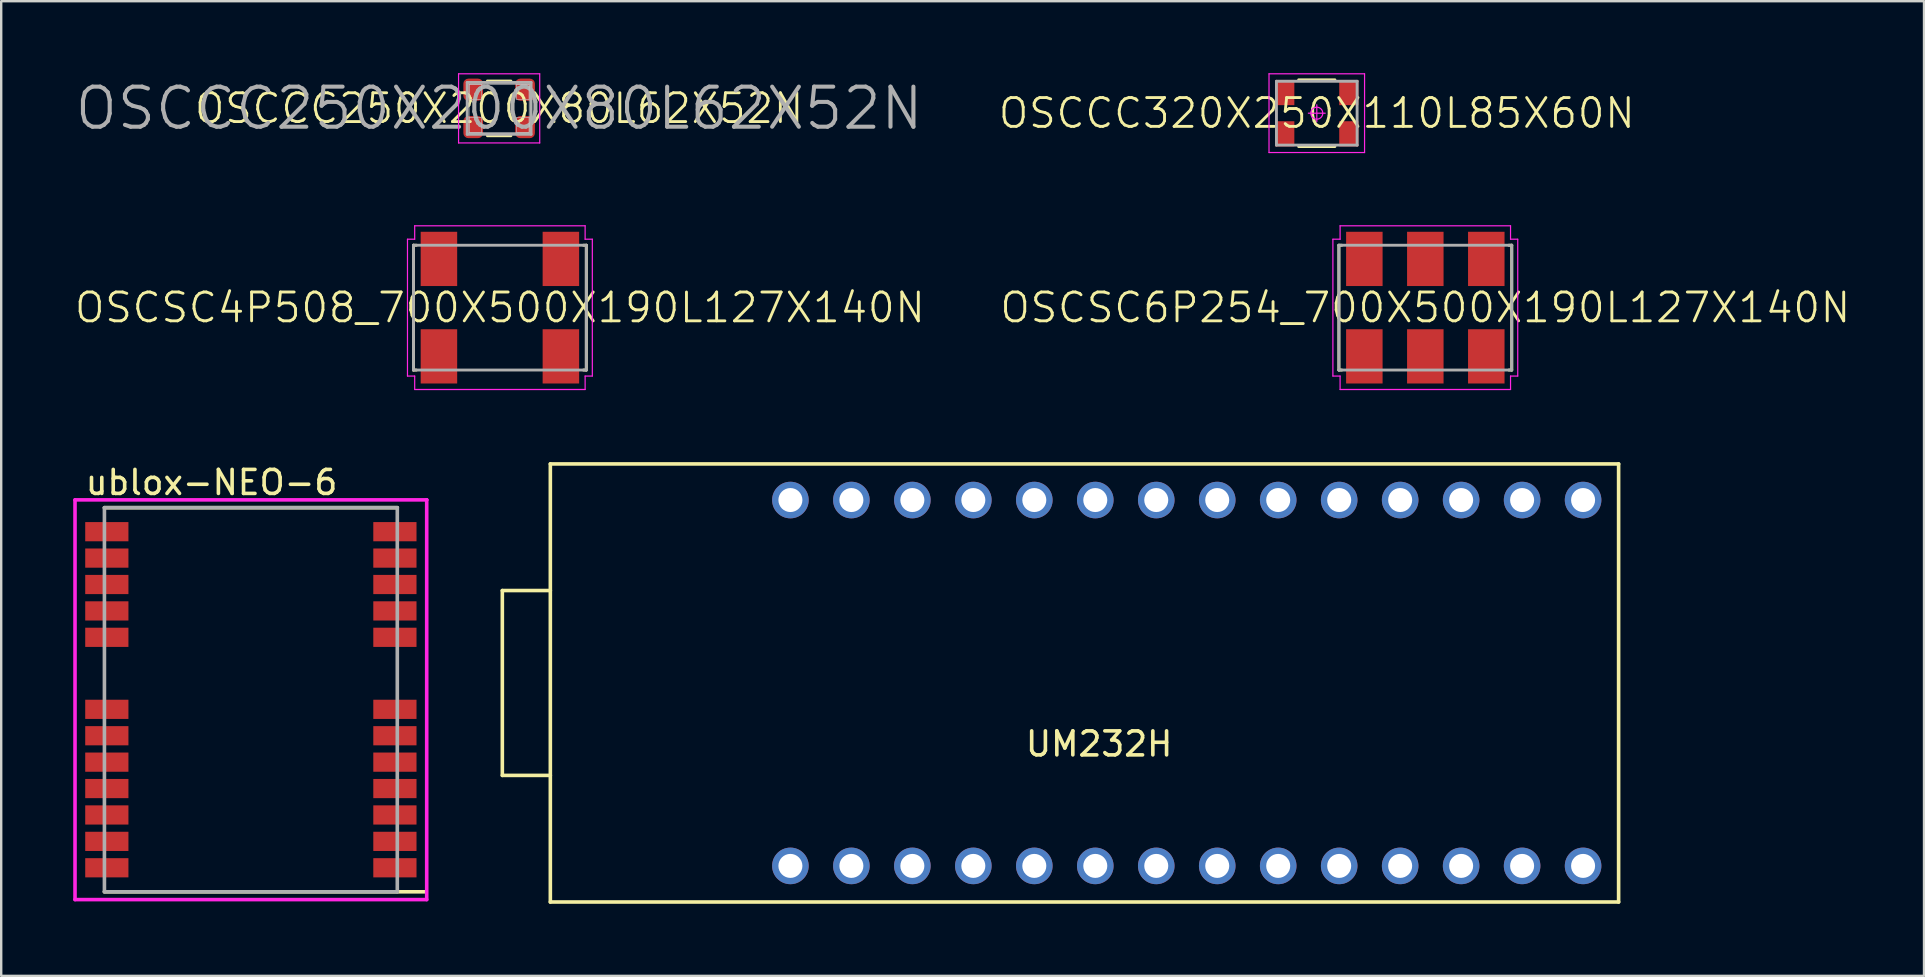
<source format=kicad_pcb>
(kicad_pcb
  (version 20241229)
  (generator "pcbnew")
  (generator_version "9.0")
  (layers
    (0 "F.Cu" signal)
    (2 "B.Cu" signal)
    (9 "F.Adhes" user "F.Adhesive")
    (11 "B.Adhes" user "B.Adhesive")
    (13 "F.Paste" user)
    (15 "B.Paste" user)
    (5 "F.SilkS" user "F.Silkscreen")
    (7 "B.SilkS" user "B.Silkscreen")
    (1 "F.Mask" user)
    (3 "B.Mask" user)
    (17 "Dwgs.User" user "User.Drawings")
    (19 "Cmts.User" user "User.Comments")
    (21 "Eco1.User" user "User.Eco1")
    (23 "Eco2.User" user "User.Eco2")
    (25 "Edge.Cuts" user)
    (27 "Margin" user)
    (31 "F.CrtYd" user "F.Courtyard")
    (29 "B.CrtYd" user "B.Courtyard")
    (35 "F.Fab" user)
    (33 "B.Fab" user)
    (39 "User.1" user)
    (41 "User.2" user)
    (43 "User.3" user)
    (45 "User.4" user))
  (footprint "OSCSC6P254_700X500X190L127X140N"
    (layer "F.Cu")
    (at 56.323 9.765)
    (property "Reference" "OSCSC6P254_700X500X190L127X140N" (at 0 0 0) (layer "F.SilkS") (effects (font (size 1.2 1.2) (thickness 0.12))))
    (attr smd)
    (fp_line (start -3.6 -2.6) (end -3.48 -2.6) (stroke (width 0.12) (type solid)) (layer "F.SilkS"))
    (fp_line (start -3.6 2.6) (end -3.6 -2.6) (stroke (width 0.12) (type solid)) (layer "F.SilkS"))
    (fp_line (start -3.48 2.6) (end -3.6 2.6) (stroke (width 0.12) (type solid)) (layer "F.SilkS"))
    (fp_line (start 3.48 2.6) (end 3.6 2.6) (stroke (width 0.12) (type solid)) (layer "F.SilkS"))
    (fp_line (start 3.6 -2.6) (end 3.48 -2.6) (stroke (width 0.12) (type solid)) (layer "F.SilkS"))
    (fp_line (start 3.6 2.6) (end 3.6 -2.6) (stroke (width 0.12) (type solid)) (layer "F.SilkS"))
    (fp_line (start -3.85 -2.85) (end -3.85 2.85) (stroke (width 0.05) (type solid)) (layer "F.CrtYd"))
    (fp_line (start -3.85 2.85) (end -3.55 2.85) (stroke (width 0.05) (type solid)) (layer "F.CrtYd"))
    (fp_line (start -3.55 -3.41) (end -3.55 -2.85) (stroke (width 0.05) (type solid)) (layer "F.CrtYd"))
    (fp_line (start -3.55 -2.85) (end -3.85 -2.85) (stroke (width 0.05) (type solid)) (layer "F.CrtYd"))
    (fp_line (start -3.55 2.85) (end -3.55 3.41) (stroke (width 0.05) (type solid)) (layer "F.CrtYd"))
    (fp_line (start -3.55 3.41) (end 3.55 3.41) (stroke (width 0.05) (type solid)) (layer "F.CrtYd"))
    (fp_line (start 3.55 -3.41) (end -3.55 -3.41) (stroke (width 0.05) (type solid)) (layer "F.CrtYd"))
    (fp_line (start 3.55 -2.85) (end 3.55 -3.41) (stroke (width 0.05) (type solid)) (layer "F.CrtYd"))
    (fp_line (start 3.55 2.85) (end 3.85 2.85) (stroke (width 0.05) (type solid)) (layer "F.CrtYd"))
    (fp_line (start 3.55 3.41) (end 3.55 2.85) (stroke (width 0.05) (type solid)) (layer "F.CrtYd"))
    (fp_line (start 3.85 -2.85) (end 3.55 -2.85) (stroke (width 0.05) (type solid)) (layer "F.CrtYd"))
    (fp_line (start 3.85 2.85) (end 3.85 -2.85) (stroke (width 0.05) (type solid)) (layer "F.CrtYd"))
    (fp_line (start -3.6 -2.6) (end 3.6 -2.6) (stroke (width 0.12) (type solid)) (layer "F.Fab"))
    (fp_line (start -3.6 2.6) (end -3.6 -2.6) (stroke (width 0.12) (type solid)) (layer "F.Fab"))
    (fp_line (start 3.6 -2.6) (end 3.6 2.6) (stroke (width 0.12) (type solid)) (layer "F.Fab"))
    (fp_line (start 3.6 2.6) (end -3.6 2.6) (stroke (width 0.12) (type solid)) (layer "F.Fab"))
    (pad "1" smd rect (at -2.54 2.03 90) (size 2.26 1.52) (layers "F.Cu" "F.Mask" "F.Paste"))
    (pad "2" smd rect (at 0 2.03 90) (size 2.26 1.52) (layers "F.Cu" "F.Mask" "F.Paste"))
    (pad "3" smd rect (at 2.54 2.03 90) (size 2.26 1.52) (layers "F.Cu" "F.Mask" "F.Paste"))
    (pad "4" smd rect (at 2.54 -2.03 90) (size 2.26 1.52) (layers "F.Cu" "F.Mask" "F.Paste"))
    (pad "5" smd rect (at 0 -2.03 90) (size 2.26 1.52) (layers "F.Cu" "F.Mask" "F.Paste"))
    (pad "6" smd rect (at -2.54 -2.03 90) (size 2.26 1.52) (layers "F.Cu" "F.Mask" "F.Paste")))
  (footprint "OSCCC250X200X80L62X52N"
    (layer "F.Cu")
    (at 17.742 1.465)
    (property "Reference" "OSCCC250X200X80L62X52N" (at 0 0 0) (layer "F.SilkS") (effects (font (size 1.2 1.2) (thickness 0.12))))
    (attr smd)
    (fp_line (start -0.49 1.14) (end 0.49 1.14) (stroke (width 0.12) (type solid)) (layer "F.SilkS"))
    (fp_line (start 0.49 -1.14) (end -0.49 -1.14) (stroke (width 0.12) (type solid)) (layer "F.SilkS"))
    (fp_line (start -1.25 -1) (end -0.725 -1) (stroke (width 0.025) (type solid)) (layer "Dwgs.User"))
    (fp_line (start -1.25 -1) (end 1.25 -1) (stroke (width 0.025) (type solid)) (layer "Dwgs.User"))
    (fp_line (start -1.25 -0.375) (end -1.25 -1) (stroke (width 0.025) (type solid)) (layer "Dwgs.User"))
    (fp_line (start -1.25 0.375) (end -0.725 0.375) (stroke (width 0.025) (type solid)) (layer "Dwgs.User"))
    (fp_line (start -1.25 1) (end -1.25 -1) (stroke (width 0.025) (type solid)) (layer "Dwgs.User"))
    (fp_line (start -1.25 1) (end -1.25 0.375) (stroke (width 0.025) (type solid)) (layer "Dwgs.User"))
    (fp_line (start -0.725 -1) (end -0.725 -0.375) (stroke (width 0.025) (type solid)) (layer "Dwgs.User"))
    (fp_line (start -0.725 -0.375) (end -1.25 -0.375) (stroke (width 0.025) (type solid)) (layer "Dwgs.User"))
    (fp_line (start -0.725 0.375) (end -0.725 1) (stroke (width 0.025) (type solid)) (layer "Dwgs.User"))
    (fp_line (start -0.725 1) (end -1.25 1) (stroke (width 0.025) (type solid)) (layer "Dwgs.User"))
    (fp_line (start 0.725 -1) (end 1.25 -1) (stroke (width 0.025) (type solid)) (layer "Dwgs.User"))
    (fp_line (start 0.725 -0.375) (end 0.725 -1) (stroke (width 0.025) (type solid)) (layer "Dwgs.User"))
    (fp_line (start 0.725 0.375) (end 1.25 0.375) (stroke (width 0.025) (type solid)) (layer "Dwgs.User"))
    (fp_line (start 0.725 1) (end 0.725 0.375) (stroke (width 0.025) (type solid)) (layer "Dwgs.User"))
    (fp_line (start 1.25 -1) (end 1.25 -0.375) (stroke (width 0.025) (type solid)) (layer "Dwgs.User"))
    (fp_line (start 1.25 -1) (end 1.25 1) (stroke (width 0.025) (type solid)) (layer "Dwgs.User"))
    (fp_line (start 1.25 -0.375) (end 0.725 -0.375) (stroke (width 0.025) (type solid)) (layer "Dwgs.User"))
    (fp_line (start 1.25 0.375) (end 1.25 1) (stroke (width 0.025) (type solid)) (layer "Dwgs.User"))
    (fp_line (start 1.25 1) (end -1.25 1) (stroke (width 0.025) (type solid)) (layer "Dwgs.User"))
    (fp_line (start 1.25 1) (end 0.725 1) (stroke (width 0.025) (type solid)) (layer "Dwgs.User"))
    (fp_line (start -1.69 -1.44) (end 1.69 -1.44) (stroke (width 0.05) (type solid)) (layer "F.CrtYd"))
    (fp_line (start -1.69 1.44) (end -1.69 -1.44) (stroke (width 0.05) (type solid)) (layer "F.CrtYd"))
    (fp_line (start 1.69 -1.44) (end 1.69 1.44) (stroke (width 0.05) (type solid)) (layer "F.CrtYd"))
    (fp_line (start 1.69 1.44) (end -1.69 1.44) (stroke (width 0.05) (type solid)) (layer "F.CrtYd"))
    (fp_line (start -1.33 -1.08) (end 1.33 -1.08) (stroke (width 0.12) (type solid)) (layer "F.Fab"))
    (fp_line (start -1.33 1.08) (end -1.33 -1.08) (stroke (width 0.12) (type solid)) (layer "F.Fab"))
    (fp_line (start 1.33 -1.08) (end 1.33 1.08) (stroke (width 0.12) (type solid)) (layer "F.Fab"))
    (fp_line (start 1.33 1.08) (end -1.33 1.08) (stroke (width 0.12) (type solid)) (layer "F.Fab"))
    (fp_text user "${REFERENCE}" (at 0 0 0) (layer "F.Fab") (effects (font (size 1.67 1.67) (thickness 0.17))))
    (pad "1" smd roundrect (at -1.08 0.78 90) (size 0.92 0.82) (layers "F.Cu" "F.Mask" "F.Paste") (roundrect_rratio 0.256))
    (pad "2" smd roundrect (at 1.08 0.78 90) (size 0.92 0.82) (layers "F.Cu" "F.Mask" "F.Paste") (roundrect_rratio 0.256))
    (pad "3" smd roundrect (at 1.08 -0.78 90) (size 0.92 0.82) (layers "F.Cu" "F.Mask" "F.Paste") (roundrect_rratio 0.256))
    (pad "4" smd roundrect (at -1.08 -0.78 90) (size 0.92 0.82) (layers "F.Cu" "F.Mask" "F.Paste") (roundrect_rratio 0.256)))
  (footprint "ublox-NEO-6"
    (layer "F.Cu")
    (at 7.4 26.098)
    (property "Reference" "ublox-NEO-6" (at -6.975 -9.05 0) (layer "F.SilkS") (effects (font (size 1 1) (thickness 0.15)) (justify left)))
    (attr through_hole)
    (fp_line (start -6.1 -8) (end 6.1 -8) (stroke (width 0.15) (type solid)) (layer "F.SilkS"))
    (fp_line (start -6.1 8) (end 7.3 8) (stroke (width 0.15) (type solid)) (layer "F.SilkS"))
    (fp_line (start -7.325 -8.325) (end -7.325 8.325) (stroke (width 0.15) (type solid)) (layer "F.CrtYd"))
    (fp_line (start -7.325 8.325) (end 7.325 8.325) (stroke (width 0.15) (type solid)) (layer "F.CrtYd"))
    (fp_line (start 7.325 -8.325) (end -7.325 -8.325) (stroke (width 0.15) (type solid)) (layer "F.CrtYd"))
    (fp_line (start 7.325 -8.325) (end 7.325 -8.325) (stroke (width 0.15) (type solid)) (layer "F.CrtYd"))
    (fp_line (start 7.325 8.325) (end 7.325 -8.325) (stroke (width 0.15) (type solid)) (layer "F.CrtYd"))
    (fp_line (start -6.1 -8) (end 6.1 -8) (stroke (width 0.15) (type solid)) (layer "F.Fab"))
    (fp_line (start -6.1 8) (end -6.1 -8) (stroke (width 0.15) (type solid)) (layer "F.Fab"))
    (fp_line (start 6.1 -8) (end 6.1 8) (stroke (width 0.15) (type solid)) (layer "F.Fab"))
    (fp_line (start 6.1 8) (end -6.1 8) (stroke (width 0.15) (type solid)) (layer "F.Fab"))
    (pad "" smd rect (at -5.65 -7) (size 0.9 0.6) (layers "F.Paste"))
    (pad "" smd rect (at -5.65 -5.9) (size 0.9 0.6) (layers "F.Paste"))
    (pad "" smd rect (at -5.65 -4.8) (size 0.9 0.6) (layers "F.Paste"))
    (pad "" smd rect (at -5.65 -3.7) (size 0.9 0.6) (layers "F.Paste"))
    (pad "" smd rect (at -5.65 -2.6) (size 0.9 0.6) (layers "F.Paste"))
    (pad "" smd rect (at -5.65 0.4) (size 0.9 0.6) (layers "F.Paste"))
    (pad "" smd rect (at -5.65 1.5) (size 0.9 0.6) (layers "F.Paste"))
    (pad "" smd rect (at -5.65 2.6) (size 0.9 0.6) (layers "F.Paste"))
    (pad "" smd rect (at -5.65 3.7) (size 0.9 0.6) (layers "F.Paste"))
    (pad "" smd rect (at -5.65 4.8) (size 0.9 0.6) (layers "F.Paste"))
    (pad "" smd rect (at -5.65 5.9) (size 0.9 0.6) (layers "F.Paste"))
    (pad "" smd rect (at -5.65 7) (size 0.9 0.6) (layers "F.Paste"))
    (pad "" smd rect (at 5.65 -7) (size 0.9 0.6) (layers "F.Paste"))
    (pad "" smd rect (at 5.65 -5.9) (size 0.9 0.6) (layers "F.Paste"))
    (pad "" smd rect (at 5.65 -4.8) (size 0.9 0.6) (layers "F.Paste"))
    (pad "" smd rect (at 5.65 -3.7) (size 0.9 0.6) (layers "F.Paste"))
    (pad "" smd rect (at 5.65 -2.6) (size 0.9 0.6) (layers "F.Paste"))
    (pad "" smd rect (at 5.65 0.4) (size 0.9 0.6) (layers "F.Paste"))
    (pad "" smd rect (at 5.65 1.5) (size 0.9 0.6) (layers "F.Paste"))
    (pad "" smd rect (at 5.65 2.6) (size 0.9 0.6) (layers "F.Paste"))
    (pad "" smd rect (at 5.65 3.7) (size 0.9 0.6) (layers "F.Paste"))
    (pad "" smd rect (at 5.65 4.8) (size 0.9 0.6) (layers "F.Paste"))
    (pad "" smd rect (at 5.65 5.9) (size 0.9 0.6) (layers "F.Paste"))
    (pad "" smd rect (at 5.65 7) (size 0.9 0.6) (layers "F.Paste"))
    (pad "1" smd rect (at 6 7) (size 1.8 0.8) (layers "F.Cu" "F.Mask"))
    (pad "2" smd rect (at 6 5.9) (size 1.8 0.8) (layers "F.Cu" "F.Mask"))
    (pad "3" smd rect (at 6 4.8) (size 1.8 0.8) (layers "F.Cu" "F.Mask"))
    (pad "4" smd rect (at 6 3.7) (size 1.8 0.8) (layers "F.Cu" "F.Mask"))
    (pad "5" smd rect (at 6 2.6) (size 1.8 0.8) (layers "F.Cu" "F.Mask"))
    (pad "6" smd rect (at 6 1.5) (size 1.8 0.8) (layers "F.Cu" "F.Mask"))
    (pad "7" smd rect (at 6 0.4) (size 1.8 0.8) (layers "F.Cu" "F.Mask"))
    (pad "8" smd rect (at 6 -2.6) (size 1.8 0.8) (layers "F.Cu" "F.Mask"))
    (pad "9" smd rect (at 6 -3.7) (size 1.8 0.8) (layers "F.Cu" "F.Mask"))
    (pad "10" smd rect (at 6 -4.8) (size 1.8 0.8) (layers "F.Cu" "F.Mask"))
    (pad "11" smd rect (at 6 -5.9) (size 1.8 0.8) (layers "F.Cu" "F.Mask"))
    (pad "12" smd rect (at 6 -7) (size 1.8 0.8) (layers "F.Cu" "F.Mask"))
    (pad "13" smd rect (at -6 -7) (size 1.8 0.8) (layers "F.Cu" "F.Mask"))
    (pad "14" smd rect (at -6 -5.9) (size 1.8 0.8) (layers "F.Cu" "F.Mask"))
    (pad "15" smd rect (at -6 -4.8) (size 1.8 0.8) (layers "F.Cu" "F.Mask"))
    (pad "16" smd rect (at -6 -3.7) (size 1.8 0.8) (layers "F.Cu" "F.Mask"))
    (pad "17" smd rect (at -6 -2.6) (size 1.8 0.8) (layers "F.Cu" "F.Mask"))
    (pad "18" smd rect (at -6 0.4) (size 1.8 0.8) (layers "F.Cu" "F.Mask"))
    (pad "19" smd rect (at -6 1.5) (size 1.8 0.8) (layers "F.Cu" "F.Mask"))
    (pad "20" smd rect (at -6 2.6) (size 1.8 0.8) (layers "F.Cu" "F.Mask"))
    (pad "21" smd rect (at -6 3.7) (size 1.8 0.8) (layers "F.Cu" "F.Mask"))
    (pad "22" smd rect (at -6 4.8) (size 1.8 0.8) (layers "F.Cu" "F.Mask"))
    (pad "23" smd rect (at -6 5.9) (size 1.8 0.8) (layers "F.Cu" "F.Mask"))
    (pad "24" smd rect (at -6 7) (size 1.8 0.8) (layers "F.Cu" "F.Mask")))
  (footprint "OSCSC4P508_700X500X190L127X140N"
    (layer "F.Cu")
    (at 17.774 9.765)
    (property "Reference" "OSCSC4P508_700X500X190L127X140N" (at 0 0 0) (layer "F.SilkS") (effects (font (size 1.2 1.2) (thickness 0.12))))
    (attr smd)
    (fp_line (start -3.6 -2.6) (end -3.48 -2.6) (stroke (width 0.12) (type solid)) (layer "F.SilkS"))
    (fp_line (start -3.6 2.6) (end -3.6 -2.6) (stroke (width 0.12) (type solid)) (layer "F.SilkS"))
    (fp_line (start -3.48 2.6) (end -3.6 2.6) (stroke (width 0.12) (type solid)) (layer "F.SilkS"))
    (fp_line (start 3.48 2.6) (end 3.6 2.6) (stroke (width 0.12) (type solid)) (layer "F.SilkS"))
    (fp_line (start 3.6 -2.6) (end 3.48 -2.6) (stroke (width 0.12) (type solid)) (layer "F.SilkS"))
    (fp_line (start 3.6 2.6) (end 3.6 -2.6) (stroke (width 0.12) (type solid)) (layer "F.SilkS"))
    (fp_line (start -3.85 -2.85) (end -3.85 2.85) (stroke (width 0.05) (type solid)) (layer "F.CrtYd"))
    (fp_line (start -3.85 2.85) (end -3.55 2.85) (stroke (width 0.05) (type solid)) (layer "F.CrtYd"))
    (fp_line (start -3.55 -3.41) (end -3.55 -2.85) (stroke (width 0.05) (type solid)) (layer "F.CrtYd"))
    (fp_line (start -3.55 -2.85) (end -3.85 -2.85) (stroke (width 0.05) (type solid)) (layer "F.CrtYd"))
    (fp_line (start -3.55 2.85) (end -3.55 3.41) (stroke (width 0.05) (type solid)) (layer "F.CrtYd"))
    (fp_line (start -3.55 3.41) (end 3.55 3.41) (stroke (width 0.05) (type solid)) (layer "F.CrtYd"))
    (fp_line (start 3.55 -3.41) (end -3.55 -3.41) (stroke (width 0.05) (type solid)) (layer "F.CrtYd"))
    (fp_line (start 3.55 -2.85) (end 3.55 -3.41) (stroke (width 0.05) (type solid)) (layer "F.CrtYd"))
    (fp_line (start 3.55 2.85) (end 3.85 2.85) (stroke (width 0.05) (type solid)) (layer "F.CrtYd"))
    (fp_line (start 3.55 3.41) (end 3.55 2.85) (stroke (width 0.05) (type solid)) (layer "F.CrtYd"))
    (fp_line (start 3.85 -2.85) (end 3.55 -2.85) (stroke (width 0.05) (type solid)) (layer "F.CrtYd"))
    (fp_line (start 3.85 2.85) (end 3.85 -2.85) (stroke (width 0.05) (type solid)) (layer "F.CrtYd"))
    (fp_line (start -3.6 -2.6) (end 3.6 -2.6) (stroke (width 0.12) (type solid)) (layer "F.Fab"))
    (fp_line (start -3.6 2.6) (end -3.6 -2.6) (stroke (width 0.12) (type solid)) (layer "F.Fab"))
    (fp_line (start 3.6 -2.6) (end 3.6 2.6) (stroke (width 0.12) (type solid)) (layer "F.Fab"))
    (fp_line (start 3.6 2.6) (end -3.6 2.6) (stroke (width 0.12) (type solid)) (layer "F.Fab"))
    (pad "1" smd rect (at -2.54 2.03 90) (size 2.26 1.52) (layers "F.Cu" "F.Mask" "F.Paste"))
    (pad "2" smd rect (at 2.54 2.03 90) (size 2.26 1.52) (layers "F.Cu" "F.Mask" "F.Paste"))
    (pad "3" smd rect (at 2.54 -2.03 90) (size 2.26 1.52) (layers "F.Cu" "F.Mask" "F.Paste"))
    (pad "4" smd rect (at -2.54 -2.03 90) (size 2.26 1.52) (layers "F.Cu" "F.Mask" "F.Paste")))
  (footprint "OSCCC320X250X110L85X60N"
    (layer "F.Cu")
    (at 51.802 1.665)
    (property "Reference" "OSCCC320X250X110L85X60N" (at 0 0 0) (layer "F.SilkS") (effects (font (size 1.2 1.2) (thickness 0.12))))
    (attr smd)
    (fp_line (start -0.755 1.39) (end 0.755 1.39) (stroke (width 0.12) (type solid)) (layer "F.SilkS"))
    (fp_line (start 0.755 -1.39) (end -0.755 -1.39) (stroke (width 0.12) (type solid)) (layer "F.SilkS"))
    (fp_line (start -1.99 -1.64) (end 1.99 -1.64) (stroke (width 0.05) (type solid)) (layer "F.CrtYd"))
    (fp_line (start -1.99 1.64) (end -1.99 -1.64) (stroke (width 0.05) (type solid)) (layer "F.CrtYd"))
    (fp_line (start -0.35 0) (end 0.35 0) (stroke (width 0.05) (type solid)) (layer "F.CrtYd"))
    (fp_line (start 0 -0.35) (end 0 0.35) (stroke (width 0.05) (type solid)) (layer "F.CrtYd"))
    (fp_line (start 1.99 -1.64) (end 1.99 1.64) (stroke (width 0.05) (type solid)) (layer "F.CrtYd"))
    (fp_line (start 1.99 1.64) (end -1.99 1.64) (stroke (width 0.05) (type solid)) (layer "F.CrtYd"))
    (fp_circle (center 0 0) (end 0 0.25) (stroke (width 0.05) (type solid)) (fill no) (layer "F.CrtYd"))
    (fp_line (start -1.68 -1.33) (end 1.68 -1.33) (stroke (width 0.12) (type solid)) (layer "F.Fab"))
    (fp_line (start -1.68 1.33) (end -1.68 -1.33) (stroke (width 0.12) (type solid)) (layer "F.Fab"))
    (fp_line (start 1.68 -1.33) (end 1.68 1.33) (stroke (width 0.12) (type solid)) (layer "F.Fab"))
    (fp_line (start 1.68 1.33) (end -1.68 1.33) (stroke (width 0.12) (type solid)) (layer "F.Fab"))
    (pad "1" smd rect (at -1.335 0.86 90) (size 1.05 0.8) (layers "F.Cu" "F.Mask" "F.Paste"))
    (pad "2" smd rect (at 1.335 0.86 90) (size 1.05 0.8) (layers "F.Cu" "F.Mask" "F.Paste"))
    (pad "3" smd rect (at 1.335 -0.86 90) (size 1.05 0.8) (layers "F.Cu" "F.Mask" "F.Paste"))
    (pad "4" smd rect (at -1.335 -0.86 90) (size 1.05 0.8) (layers "F.Cu" "F.Mask" "F.Paste")))
  (footprint "UM232H"
    (layer "F.Cu")
    (at 19.875 25.4)
    (property "Reference" "UM232H" (at 22.86 2.54 0) (layer "F.SilkS") (effects (font (size 1 1) (thickness 0.15))))
    (attr through_hole)
    (fp_line (start -2 -3.85) (end -2 3.85) (stroke (width 0.15) (type solid)) (layer "F.SilkS"))
    (fp_line (start -2 3.85) (end 0 3.85) (stroke (width 0.15) (type solid)) (layer "F.SilkS"))
    (fp_line (start 0 -9.125) (end 0 9.125) (stroke (width 0.15) (type solid)) (layer "F.SilkS"))
    (fp_line (start 0 -3.85) (end -2 -3.85) (stroke (width 0.15) (type solid)) (layer "F.SilkS"))
    (fp_line (start 0 9.125) (end 44.5 9.125) (stroke (width 0.15) (type solid)) (layer "F.SilkS"))
    (fp_line (start 44.5 -9.125) (end 0 -9.125) (stroke (width 0.15) (type solid)) (layer "F.SilkS"))
    (fp_line (start 44.5 9.125) (end 44.5 -9.125) (stroke (width 0.15) (type solid)) (layer "F.SilkS"))
    (pad "1" thru_hole circle (at 10 7.62) (size 1.524 1.524) (drill 1) (layers "*.Cu" "*.Mask"))
    (pad "2" thru_hole circle (at 12.54 7.62) (size 1.524 1.524) (drill 1) (layers "*.Cu" "*.Mask"))
    (pad "3" thru_hole circle (at 15.08 7.62) (size 1.524 1.524) (drill 1) (layers "*.Cu" "*.Mask"))
    (pad "4" thru_hole circle (at 17.62 7.62) (size 1.524 1.524) (drill 1) (layers "*.Cu" "*.Mask"))
    (pad "5" thru_hole circle (at 20.16 7.62) (size 1.524 1.524) (drill 1) (layers "*.Cu" "*.Mask"))
    (pad "6" thru_hole circle (at 22.7 7.62) (size 1.524 1.524) (drill 1) (layers "*.Cu" "*.Mask"))
    (pad "7" thru_hole circle (at 25.24 7.62) (size 1.524 1.524) (drill 1) (layers "*.Cu" "*.Mask"))
    (pad "8" thru_hole circle (at 27.78 7.62) (size 1.524 1.524) (drill 1) (layers "*.Cu" "*.Mask"))
    (pad "9" thru_hole circle (at 30.32 7.62) (size 1.524 1.524) (drill 1) (layers "*.Cu" "*.Mask"))
    (pad "10" thru_hole circle (at 32.86 7.62) (size 1.524 1.524) (drill 1) (layers "*.Cu" "*.Mask"))
    (pad "11" thru_hole circle (at 35.4 7.62) (size 1.524 1.524) (drill 1) (layers "*.Cu" "*.Mask"))
    (pad "12" thru_hole circle (at 37.94 7.62) (size 1.524 1.524) (drill 1) (layers "*.Cu" "*.Mask"))
    (pad "13" thru_hole circle (at 40.48 7.62) (size 1.524 1.524) (drill 1) (layers "*.Cu" "*.Mask"))
    (pad "14" thru_hole circle (at 43.02 7.62) (size 1.524 1.524) (drill 1) (layers "*.Cu" "*.Mask"))
    (pad "15" thru_hole circle (at 43.02 -7.62) (size 1.524 1.524) (drill 1) (layers "*.Cu" "*.Mask"))
    (pad "16" thru_hole circle (at 40.48 -7.62) (size 1.524 1.524) (drill 1) (layers "*.Cu" "*.Mask"))
    (pad "17" thru_hole circle (at 37.94 -7.62) (size 1.524 1.524) (drill 1) (layers "*.Cu" "*.Mask"))
    (pad "18" thru_hole circle (at 35.4 -7.62) (size 1.524 1.524) (drill 1) (layers "*.Cu" "*.Mask"))
    (pad "19" thru_hole circle (at 32.86 -7.62) (size 1.524 1.524) (drill 1) (layers "*.Cu" "*.Mask"))
    (pad "20" thru_hole circle (at 30.32 -7.62) (size 1.524 1.524) (drill 1) (layers "*.Cu" "*.Mask"))
    (pad "21" thru_hole circle (at 27.78 -7.62) (size 1.524 1.524) (drill 1) (layers "*.Cu" "*.Mask"))
    (pad "22" thru_hole circle (at 25.24 -7.62) (size 1.524 1.524) (drill 1) (layers "*.Cu" "*.Mask"))
    (pad "23" thru_hole circle (at 22.7 -7.62) (size 1.524 1.524) (drill 1) (layers "*.Cu" "*.Mask"))
    (pad "24" thru_hole circle (at 20.16 -7.62) (size 1.524 1.524) (drill 1) (layers "*.Cu" "*.Mask"))
    (pad "25" thru_hole circle (at 17.62 -7.62) (size 1.524 1.524) (drill 1) (layers "*.Cu" "*.Mask"))
    (pad "26" thru_hole circle (at 15.08 -7.62) (size 1.524 1.524) (drill 1) (layers "*.Cu" "*.Mask"))
    (pad "27" thru_hole circle (at 12.54 -7.62) (size 1.524 1.524) (drill 1) (layers "*.Cu" "*.Mask"))
    (pad "28" thru_hole circle (at 10 -7.62) (size 1.524 1.524) (drill 1) (layers "*.Cu" "*.Mask")))
  (gr_rect
    (start -3 -3)
    (end 77.097 37.6)
    (stroke (width 0.1) (type default))
    (fill no)
    (layer "Edge.Cuts")))
</source>
